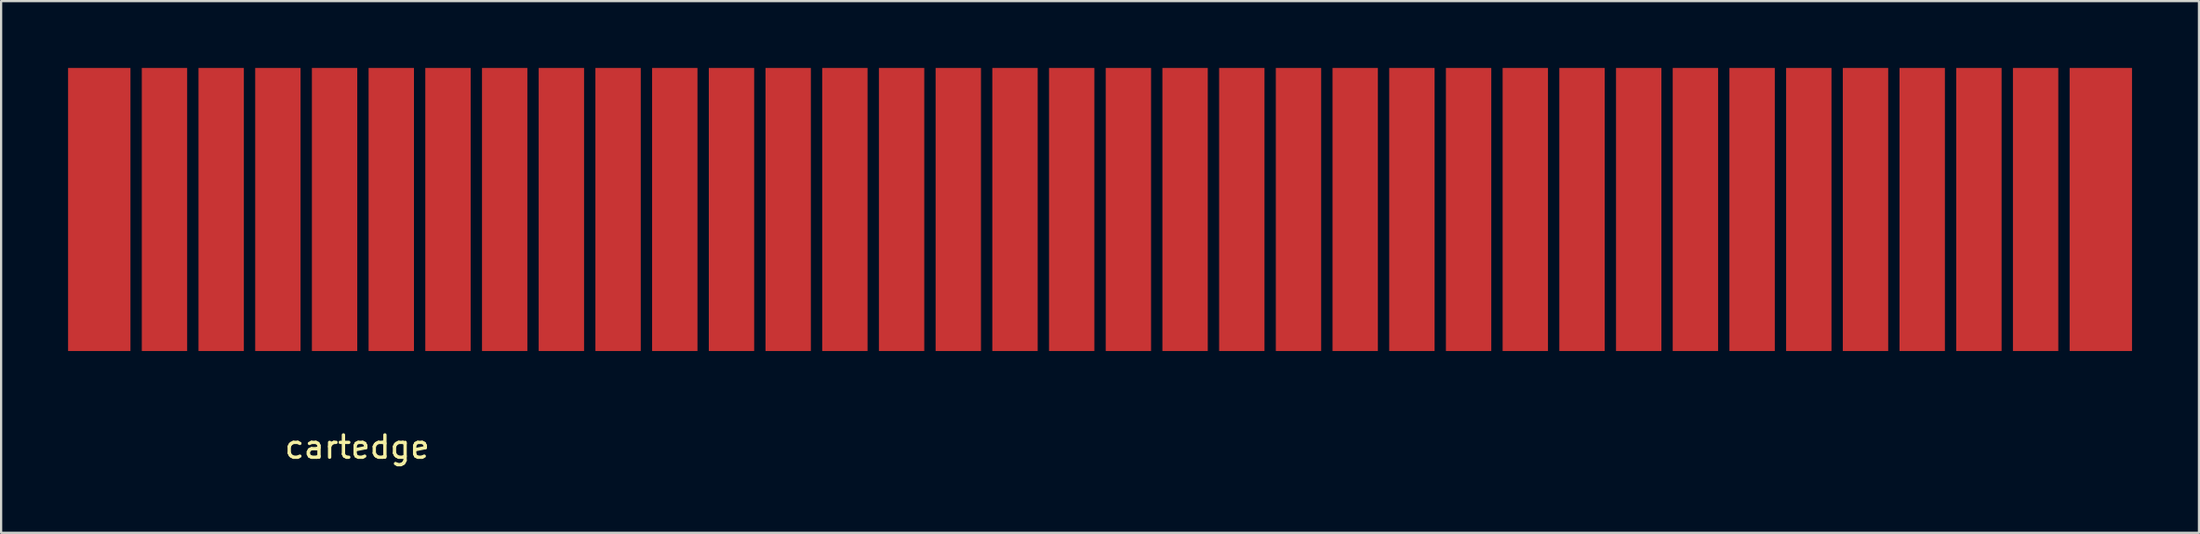
<source format=kicad_pcb>
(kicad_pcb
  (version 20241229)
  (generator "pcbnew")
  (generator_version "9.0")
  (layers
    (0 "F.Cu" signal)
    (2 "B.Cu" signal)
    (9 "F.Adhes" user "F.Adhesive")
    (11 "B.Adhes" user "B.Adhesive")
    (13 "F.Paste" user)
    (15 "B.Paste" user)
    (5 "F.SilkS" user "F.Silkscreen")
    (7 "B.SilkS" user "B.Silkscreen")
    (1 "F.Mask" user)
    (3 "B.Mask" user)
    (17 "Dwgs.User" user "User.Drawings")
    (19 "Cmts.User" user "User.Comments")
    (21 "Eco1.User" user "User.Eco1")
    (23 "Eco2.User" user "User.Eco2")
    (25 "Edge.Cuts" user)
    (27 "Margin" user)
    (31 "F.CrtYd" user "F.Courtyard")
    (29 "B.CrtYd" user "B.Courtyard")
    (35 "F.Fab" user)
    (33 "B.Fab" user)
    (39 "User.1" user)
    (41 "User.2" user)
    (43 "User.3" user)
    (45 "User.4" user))
  (footprint "cartedge"
    (layer "F.Cu")
    (at 12.954 16.51)
    (property "Reference" "cartedge" (at 0 0.5 0) (layer "F.SilkS") (effects (font (size 1 1) (thickness 0.15))))
    (attr through_hole)
    (pad "1" connect rect (at -11.557 -10.16) (size 2.794 12.7) (layers "F.Cu" "F.Mask"))
    (pad "2" connect rect (at -8.636 -10.16) (size 2.032 12.7) (layers "F.Cu" "F.Mask"))
    (pad "3" connect rect (at -6.096 -10.16) (size 2.032 12.7) (layers "F.Cu" "F.Mask"))
    (pad "4" connect rect (at -3.556 -10.16) (size 2.032 12.7) (layers "F.Cu" "F.Mask"))
    (pad "5" connect rect (at -1.016 -10.16) (size 2.032 12.7) (layers "F.Cu" "F.Mask"))
    (pad "6" connect rect (at 1.524 -10.16) (size 2.032 12.7) (layers "F.Cu" "F.Mask"))
    (pad "7" connect rect (at 4.064 -10.16) (size 2.032 12.7) (layers "F.Cu" "F.Mask"))
    (pad "8" connect rect (at 6.604 -10.16) (size 2.032 12.7) (layers "F.Cu" "F.Mask"))
    (pad "9" connect rect (at 9.144 -10.16) (size 2.032 12.7) (layers "F.Cu" "F.Mask"))
    (pad "10" connect rect (at 11.684 -10.16) (size 2.032 12.7) (layers "F.Cu" "F.Mask"))
    (pad "11" connect rect (at 14.224 -10.16) (size 2.032 12.7) (layers "F.Cu" "F.Mask"))
    (pad "12" connect rect (at 16.764 -10.16) (size 2.032 12.7) (layers "F.Cu" "F.Mask"))
    (pad "13" connect rect (at 19.304 -10.16) (size 2.032 12.7) (layers "F.Cu" "F.Mask"))
    (pad "14" connect rect (at 21.844 -10.16) (size 2.032 12.7) (layers "F.Cu" "F.Mask"))
    (pad "15" connect rect (at 24.384 -10.16) (size 2.032 12.7) (layers "F.Cu" "F.Mask"))
    (pad "16" connect rect (at 26.924 -10.16) (size 2.032 12.7) (layers "F.Cu" "F.Mask"))
    (pad "17" connect rect (at 29.464 -10.16) (size 2.032 12.7) (layers "F.Cu" "F.Mask"))
    (pad "18" connect rect (at 32.004 -10.16) (size 2.032 12.7) (layers "F.Cu" "F.Mask"))
    (pad "19" connect rect (at 34.544 -10.16) (size 2.032 12.7) (layers "F.Cu" "F.Mask"))
    (pad "20" connect rect (at 37.084 -10.16) (size 2.032 12.7) (layers "F.Cu" "F.Mask"))
    (pad "21" connect rect (at 39.624 -10.16) (size 2.032 12.7) (layers "F.Cu" "F.Mask"))
    (pad "22" connect rect (at 42.164 -10.16) (size 2.032 12.7) (layers "F.Cu" "F.Mask"))
    (pad "23" connect rect (at 44.704 -10.16) (size 2.032 12.7) (layers "F.Cu" "F.Mask"))
    (pad "24" connect rect (at 47.244 -10.16) (size 2.032 12.7) (layers "F.Cu" "F.Mask"))
    (pad "25" connect rect (at 49.784 -10.16) (size 2.032 12.7) (layers "F.Cu" "F.Mask"))
    (pad "26" connect rect (at 52.324 -10.16) (size 2.032 12.7) (layers "F.Cu" "F.Mask"))
    (pad "27" connect rect (at 54.864 -10.16) (size 2.032 12.7) (layers "F.Cu" "F.Mask"))
    (pad "28" connect rect (at 57.404 -10.16) (size 2.032 12.7) (layers "F.Cu" "F.Mask"))
    (pad "29" connect rect (at 59.944 -10.16) (size 2.032 12.7) (layers "F.Cu" "F.Mask"))
    (pad "30" connect rect (at 62.484 -10.16) (size 2.032 12.7) (layers "F.Cu" "F.Mask"))
    (pad "31" connect rect (at 65.024 -10.16) (size 2.032 12.7) (layers "F.Cu" "F.Mask"))
    (pad "32" connect rect (at 67.564 -10.16) (size 2.032 12.7) (layers "F.Cu" "F.Mask"))
    (pad "33" connect rect (at 70.104 -10.16) (size 2.032 12.7) (layers "F.Cu" "F.Mask"))
    (pad "34" connect rect (at 72.644 -10.16) (size 2.032 12.7) (layers "F.Cu" "F.Mask"))
    (pad "35" connect rect (at 75.184 -10.16) (size 2.032 12.7) (layers "F.Cu" "F.Mask"))
    (pad "36" connect rect (at 78.105 -10.16) (size 2.794 12.7) (layers "F.Cu" "F.Mask")))
  (gr_rect
    (start -3 -3)
    (end 95.456 20.858)
    (stroke (width 0.1) (type default))
    (fill no)
    (layer "Edge.Cuts")))
</source>
